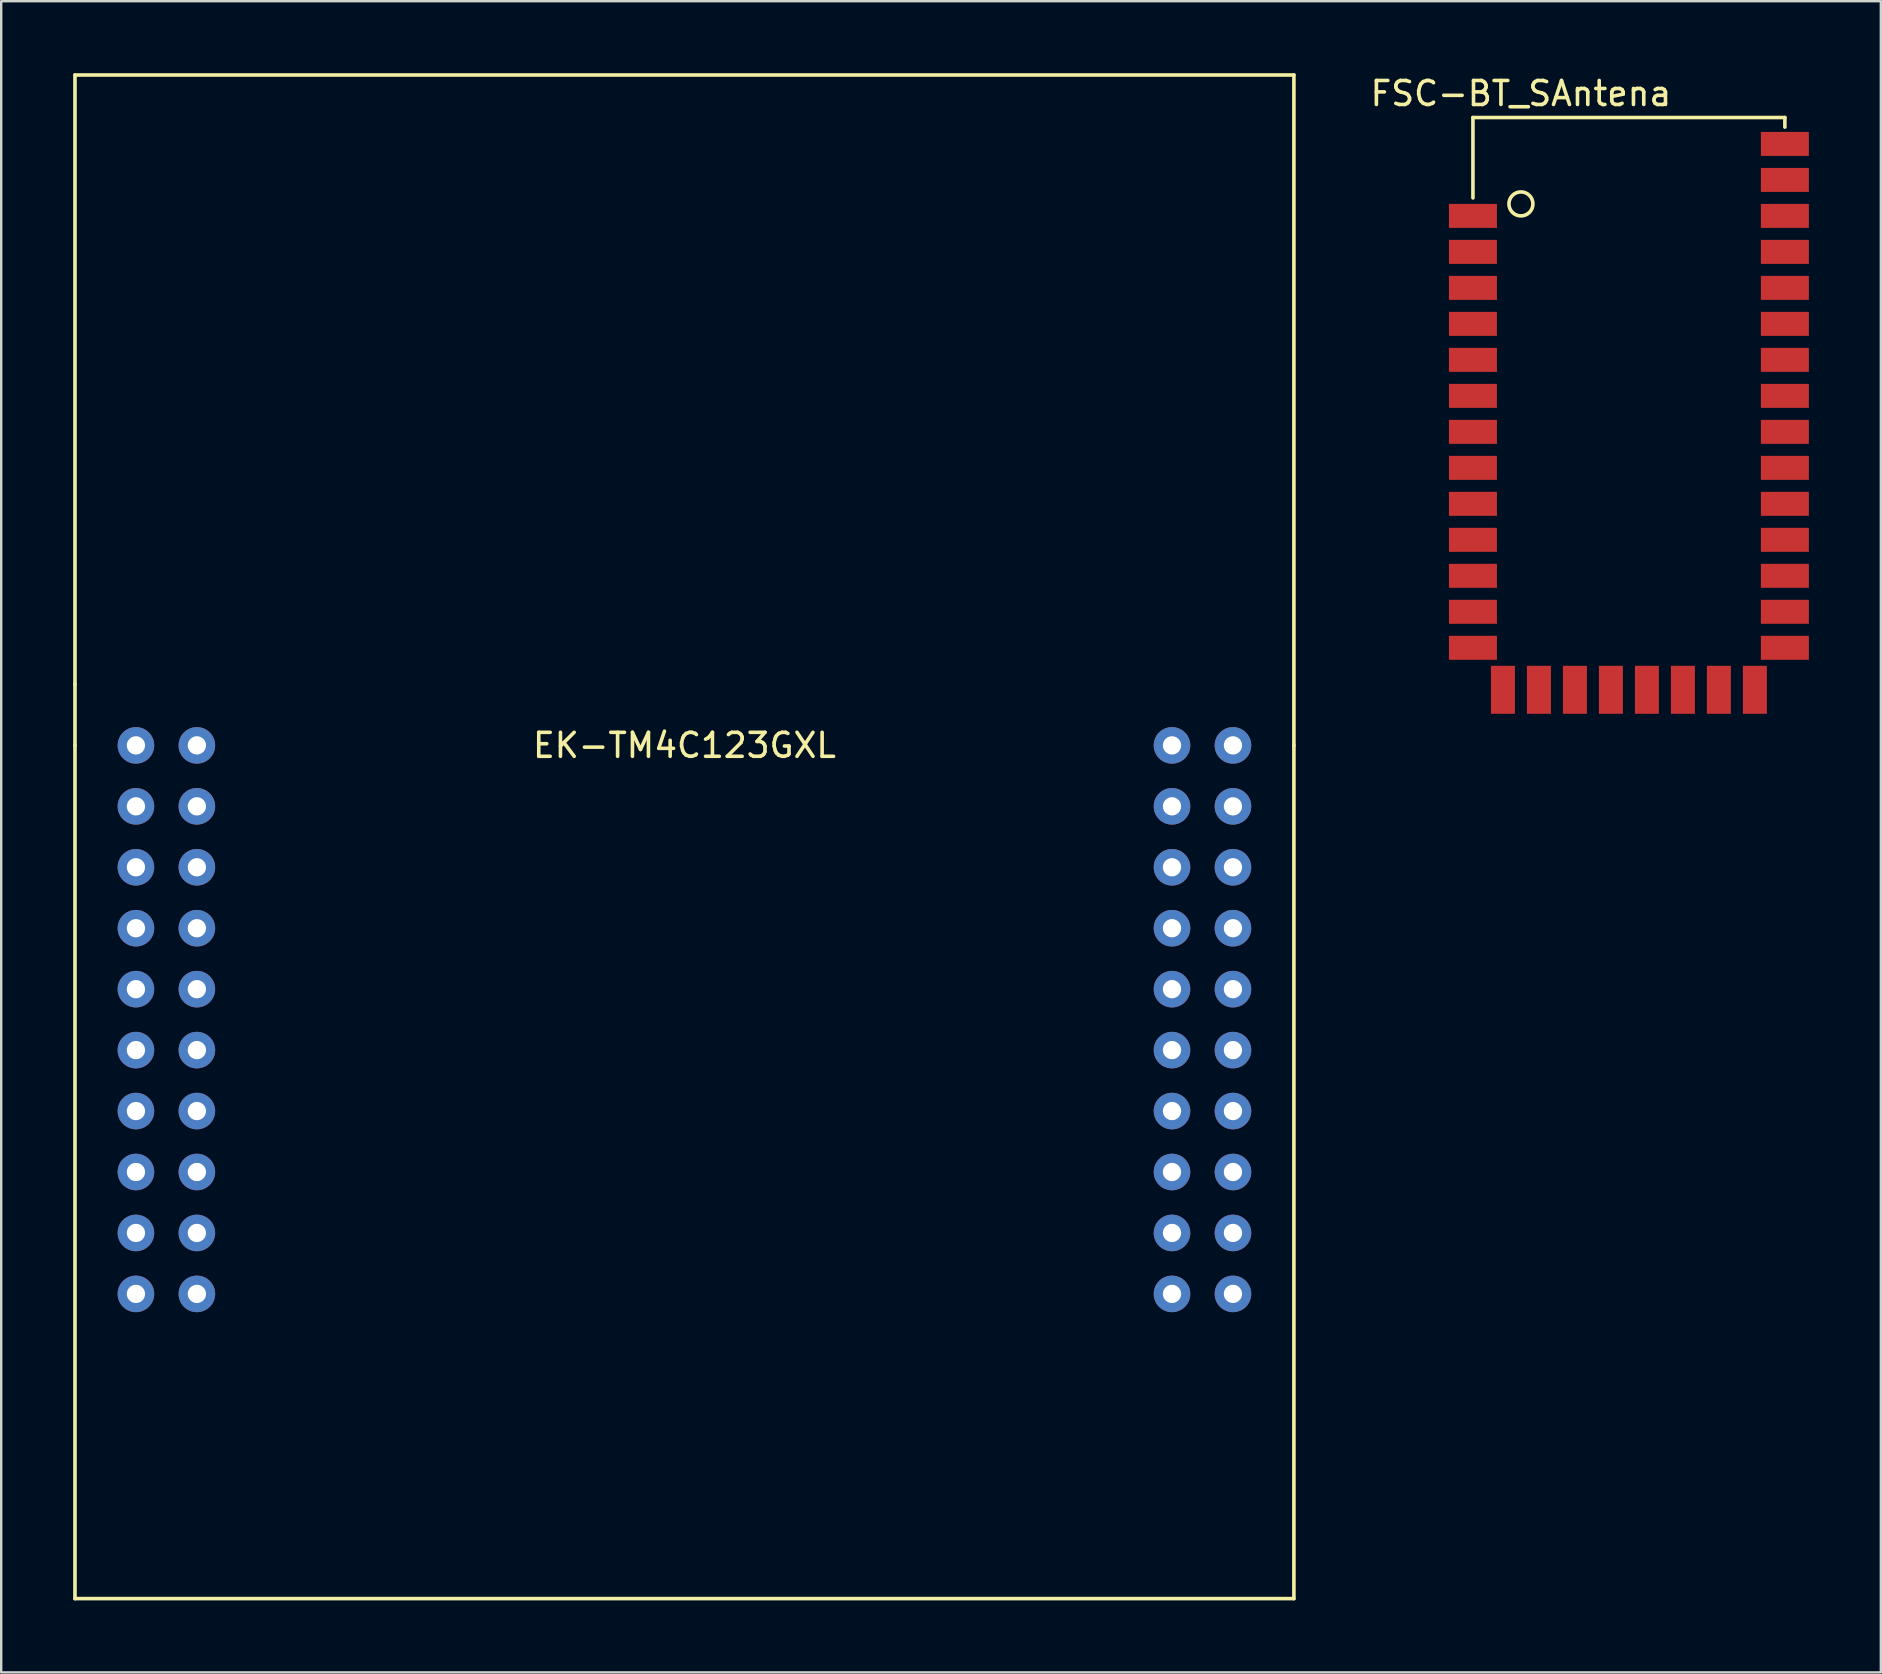
<source format=kicad_pcb>
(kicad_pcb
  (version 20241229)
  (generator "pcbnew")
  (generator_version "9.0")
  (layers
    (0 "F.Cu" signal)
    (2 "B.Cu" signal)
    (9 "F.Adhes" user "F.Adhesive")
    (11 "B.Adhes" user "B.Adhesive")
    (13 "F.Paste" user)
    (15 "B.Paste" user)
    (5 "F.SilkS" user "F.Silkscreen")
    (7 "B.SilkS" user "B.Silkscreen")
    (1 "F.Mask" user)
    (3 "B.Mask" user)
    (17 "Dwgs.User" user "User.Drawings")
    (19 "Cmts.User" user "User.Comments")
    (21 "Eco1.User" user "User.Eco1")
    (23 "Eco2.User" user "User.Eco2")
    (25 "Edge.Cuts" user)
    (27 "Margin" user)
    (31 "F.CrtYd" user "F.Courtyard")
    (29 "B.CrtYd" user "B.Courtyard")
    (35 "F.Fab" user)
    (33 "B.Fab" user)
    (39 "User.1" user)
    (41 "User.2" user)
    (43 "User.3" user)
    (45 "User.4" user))
  (footprint "EK-TM4C123GXL"
    (layer "F.Cu")
    (at 25.475 28.015)
    (property "Reference" "EK-TM4C123GXL" (at 0 0 0) (layer "F.SilkS") (effects (font (size 1 1) (thickness 0.15))))
    (attr through_hole)
    (fp_line (start -25.4 -27.94) (end -25.4 -2.54) (stroke (width 0.15) (type solid)) (layer "F.SilkS"))
    (fp_line (start -25.4 -27.94) (end 25.4 -27.94) (stroke (width 0.15) (type solid)) (layer "F.SilkS"))
    (fp_line (start -25.4 -2.54) (end -25.4 0) (stroke (width 0.15) (type solid)) (layer "F.SilkS"))
    (fp_line (start -25.4 35.56) (end -25.4 0) (stroke (width 0.15) (type solid)) (layer "F.SilkS"))
    (fp_line (start 25.4 -27.94) (end 25.4 0) (stroke (width 0.15) (type solid)) (layer "F.SilkS"))
    (fp_line (start 25.4 0) (end 25.4 35.56) (stroke (width 0.15) (type solid)) (layer "F.SilkS"))
    (fp_line (start 25.4 35.56) (end -25.4 35.56) (stroke (width 0.15) (type solid)) (layer "F.SilkS"))
    (pad "1" thru_hole circle (at -22.86 0) (size 1.524 1.524) (drill 0.762) (layers "*.Cu" "*.Mask"))
    (pad "2" thru_hole circle (at -22.86 2.54) (size 1.524 1.524) (drill 0.762) (layers "*.Cu" "*.Mask"))
    (pad "3" thru_hole circle (at -22.86 5.08) (size 1.524 1.524) (drill 0.762) (layers "*.Cu" "*.Mask"))
    (pad "4" thru_hole circle (at -22.86 7.62) (size 1.524 1.524) (drill 0.762) (layers "*.Cu" "*.Mask"))
    (pad "5" thru_hole circle (at -22.86 10.16) (size 1.524 1.524) (drill 0.762) (layers "*.Cu" "*.Mask"))
    (pad "6" thru_hole circle (at -22.86 12.7) (size 1.524 1.524) (drill 0.762) (layers "*.Cu" "*.Mask"))
    (pad "7" thru_hole circle (at -22.86 15.24) (size 1.524 1.524) (drill 0.762) (layers "*.Cu" "*.Mask"))
    (pad "8" thru_hole circle (at -22.86 17.78) (size 1.524 1.524) (drill 0.762) (layers "*.Cu" "*.Mask"))
    (pad "9" thru_hole circle (at -22.86 20.32) (size 1.524 1.524) (drill 0.762) (layers "*.Cu" "*.Mask"))
    (pad "10" thru_hole circle (at -22.86 22.86) (size 1.524 1.524) (drill 0.762) (layers "*.Cu" "*.Mask"))
    (pad "11" thru_hole circle (at 22.86 22.86) (size 1.524 1.524) (drill 0.762) (layers "*.Cu" "*.Mask"))
    (pad "12" thru_hole circle (at 22.86 20.32) (size 1.524 1.524) (drill 0.762) (layers "*.Cu" "*.Mask"))
    (pad "13" thru_hole circle (at 22.86 17.78) (size 1.524 1.524) (drill 0.762) (layers "*.Cu" "*.Mask"))
    (pad "14" thru_hole circle (at 22.86 15.24) (size 1.524 1.524) (drill 0.762) (layers "*.Cu" "*.Mask"))
    (pad "15" thru_hole circle (at 22.86 12.7) (size 1.524 1.524) (drill 0.762) (layers "*.Cu" "*.Mask"))
    (pad "16" thru_hole circle (at 22.86 10.16) (size 1.524 1.524) (drill 0.762) (layers "*.Cu" "*.Mask"))
    (pad "17" thru_hole circle (at 22.86 7.62) (size 1.524 1.524) (drill 0.762) (layers "*.Cu" "*.Mask"))
    (pad "18" thru_hole circle (at 22.86 5.08) (size 1.524 1.524) (drill 0.762) (layers "*.Cu" "*.Mask"))
    (pad "19" thru_hole circle (at 22.86 2.54) (size 1.524 1.524) (drill 0.762) (layers "*.Cu" "*.Mask"))
    (pad "20" thru_hole circle (at 22.86 0) (size 1.524 1.524) (drill 0.762) (layers "*.Cu" "*.Mask"))
    (pad "21" thru_hole circle (at -20.32 0) (size 1.524 1.524) (drill 0.762) (layers "*.Cu" "*.Mask"))
    (pad "22" thru_hole circle (at -20.32 2.54) (size 1.524 1.524) (drill 0.762) (layers "*.Cu" "*.Mask"))
    (pad "23" thru_hole circle (at -20.32 5.08) (size 1.524 1.524) (drill 0.762) (layers "*.Cu" "*.Mask"))
    (pad "24" thru_hole circle (at -20.32 7.62) (size 1.524 1.524) (drill 0.762) (layers "*.Cu" "*.Mask"))
    (pad "25" thru_hole circle (at -20.32 10.16) (size 1.524 1.524) (drill 0.762) (layers "*.Cu" "*.Mask"))
    (pad "26" thru_hole circle (at -20.32 12.7) (size 1.524 1.524) (drill 0.762) (layers "*.Cu" "*.Mask"))
    (pad "27" thru_hole circle (at -20.32 15.24) (size 1.524 1.524) (drill 0.762) (layers "*.Cu" "*.Mask"))
    (pad "28" thru_hole circle (at -20.32 17.78) (size 1.524 1.524) (drill 0.762) (layers "*.Cu" "*.Mask"))
    (pad "29" thru_hole circle (at -20.32 20.32) (size 1.524 1.524) (drill 0.762) (layers "*.Cu" "*.Mask"))
    (pad "30" thru_hole circle (at -20.32 22.86) (size 1.524 1.524) (drill 0.762) (layers "*.Cu" "*.Mask"))
    (pad "31" thru_hole circle (at 20.32 22.86) (size 1.524 1.524) (drill 0.762) (layers "*.Cu" "*.Mask"))
    (pad "32" thru_hole circle (at 20.32 20.32) (size 1.524 1.524) (drill 0.762) (layers "*.Cu" "*.Mask"))
    (pad "33" thru_hole circle (at 20.32 17.78) (size 1.524 1.524) (drill 0.762) (layers "*.Cu" "*.Mask"))
    (pad "34" thru_hole circle (at 20.32 15.24) (size 1.524 1.524) (drill 0.762) (layers "*.Cu" "*.Mask"))
    (pad "35" thru_hole circle (at 20.32 12.7) (size 1.524 1.524) (drill 0.762) (layers "*.Cu" "*.Mask"))
    (pad "36" thru_hole circle (at 20.32 10.16) (size 1.524 1.524) (drill 0.762) (layers "*.Cu" "*.Mask"))
    (pad "37" thru_hole circle (at 20.32 7.62) (size 1.524 1.524) (drill 0.762) (layers "*.Cu" "*.Mask"))
    (pad "38" thru_hole circle (at 20.32 5.08) (size 1.524 1.524) (drill 0.762) (layers "*.Cu" "*.Mask"))
    (pad "39" thru_hole circle (at 20.32 2.54) (size 1.524 1.524) (drill 0.762) (layers "*.Cu" "*.Mask"))
    (pad "40" thru_hole circle (at 20.32 0) (size 1.524 1.524) (drill 0.762) (layers "*.Cu" "*.Mask")))
  (footprint "FSC-BT_SAntena"
    (layer "F.Cu")
    (at 64.837 14.948)
    (property "Reference" "FSC-BT_SAntena" (at -4.5 -14.1 0) (layer "F.SilkS") (effects (font (size 1 1) (thickness 0.15))))
    (attr through_hole)
    (fp_line (start -6.5 -13.1) (end -6.5 -9.75) (stroke (width 0.15) (type solid)) (layer "F.SilkS"))
    (fp_line (start -6.5 -13.1) (end 6.5 -13.1) (stroke (width 0.15) (type solid)) (layer "F.SilkS"))
    (fp_line (start 6.5 -13.1) (end 6.5 -12.7) (stroke (width 0.15) (type solid)) (layer "F.SilkS"))
    (fp_circle (center -4.5 -9.5) (end -4 -9.5) (stroke (width 0.15) (type solid)) (fill no) (layer "F.SilkS"))
    (pad "1" smd rect (at -6.5 -9) (size 2 1) (layers "F.Cu" "F.Mask" "F.Paste"))
    (pad "2" smd rect (at -6.5 -7.5) (size 2 1) (layers "F.Cu" "F.Mask" "F.Paste"))
    (pad "3" smd rect (at -6.5 -6) (size 2 1) (layers "F.Cu" "F.Mask" "F.Paste"))
    (pad "4" smd rect (at -6.5 -4.5) (size 2 1) (layers "F.Cu" "F.Mask" "F.Paste"))
    (pad "5" smd rect (at -6.5 -3) (size 2 1) (layers "F.Cu" "F.Mask" "F.Paste"))
    (pad "6" smd rect (at -6.5 -1.5) (size 2 1) (layers "F.Cu" "F.Mask" "F.Paste"))
    (pad "7" smd rect (at -6.5 0) (size 2 1) (layers "F.Cu" "F.Mask" "F.Paste"))
    (pad "8" smd rect (at -6.5 1.5) (size 2 1) (layers "F.Cu" "F.Mask" "F.Paste"))
    (pad "9" smd rect (at -6.5 3) (size 2 1) (layers "F.Cu" "F.Mask" "F.Paste"))
    (pad "10" smd rect (at -6.5 4.5) (size 2 1) (layers "F.Cu" "F.Mask" "F.Paste"))
    (pad "11" smd rect (at -6.5 6) (size 2 1) (layers "F.Cu" "F.Mask" "F.Paste"))
    (pad "12" smd rect (at -6.5 7.5) (size 2 1) (layers "F.Cu" "F.Mask" "F.Paste"))
    (pad "13" smd rect (at -6.5 9) (size 2 1) (layers "F.Cu" "F.Mask" "F.Paste"))
    (pad "14" smd rect (at -5.25 10.75) (size 1 2) (layers "F.Cu" "F.Mask" "F.Paste"))
    (pad "15" smd rect (at -3.75 10.75) (size 1 2) (layers "F.Cu" "F.Mask" "F.Paste"))
    (pad "16" smd rect (at -2.25 10.75) (size 1 2) (layers "F.Cu" "F.Mask" "F.Paste"))
    (pad "17" smd rect (at -0.75 10.75) (size 1 2) (layers "F.Cu" "F.Mask" "F.Paste"))
    (pad "18" smd rect (at 0.75 10.75) (size 1 2) (layers "F.Cu" "F.Mask" "F.Paste"))
    (pad "19" smd rect (at 2.25 10.75) (size 1 2) (layers "F.Cu" "F.Mask" "F.Paste"))
    (pad "20" smd rect (at 3.75 10.75) (size 1 2) (layers "F.Cu" "F.Mask" "F.Paste"))
    (pad "21" smd rect (at 5.25 10.75) (size 1 2) (layers "F.Cu" "F.Mask" "F.Paste"))
    (pad "22" smd rect (at 6.5 9) (size 2 1) (layers "F.Cu" "F.Mask" "F.Paste"))
    (pad "23" smd rect (at 6.5 7.5) (size 2 1) (layers "F.Cu" "F.Mask" "F.Paste"))
    (pad "24" smd rect (at 6.5 6) (size 2 1) (layers "F.Cu" "F.Mask" "F.Paste"))
    (pad "25" smd rect (at 6.5 4.5) (size 2 1) (layers "F.Cu" "F.Mask" "F.Paste"))
    (pad "26" smd rect (at 6.5 3) (size 2 1) (layers "F.Cu" "F.Mask" "F.Paste"))
    (pad "27" smd rect (at 6.5 1.5) (size 2 1) (layers "F.Cu" "F.Mask" "F.Paste"))
    (pad "28" smd rect (at 6.5 0) (size 2 1) (layers "F.Cu" "F.Mask" "F.Paste"))
    (pad "29" smd rect (at 6.5 -1.5) (size 2 1) (layers "F.Cu" "F.Mask" "F.Paste"))
    (pad "30" smd rect (at 6.5 -3) (size 2 1) (layers "F.Cu" "F.Mask" "F.Paste"))
    (pad "31" smd rect (at 6.5 -4.5) (size 2 1) (layers "F.Cu" "F.Mask" "F.Paste"))
    (pad "32" smd rect (at 6.5 -6) (size 2 1) (layers "F.Cu" "F.Mask" "F.Paste"))
    (pad "33" smd rect (at 6.5 -7.5) (size 2 1) (layers "F.Cu" "F.Mask" "F.Paste"))
    (pad "34" smd rect (at 6.5 -9) (size 2 1) (layers "F.Cu" "F.Mask" "F.Paste"))
    (pad "35" smd rect (at 6.5 -10.5) (size 2 1) (layers "F.Cu" "F.Mask" "F.Paste"))
    (pad "36" smd rect (at 6.5 -12) (size 2 1) (layers "F.Cu" "F.Mask" "F.Paste")))
  (gr_rect
    (start -3 -3)
    (end 75.337 66.65)
    (stroke (width 0.1) (type default))
    (fill no)
    (layer "Edge.Cuts")))
</source>
